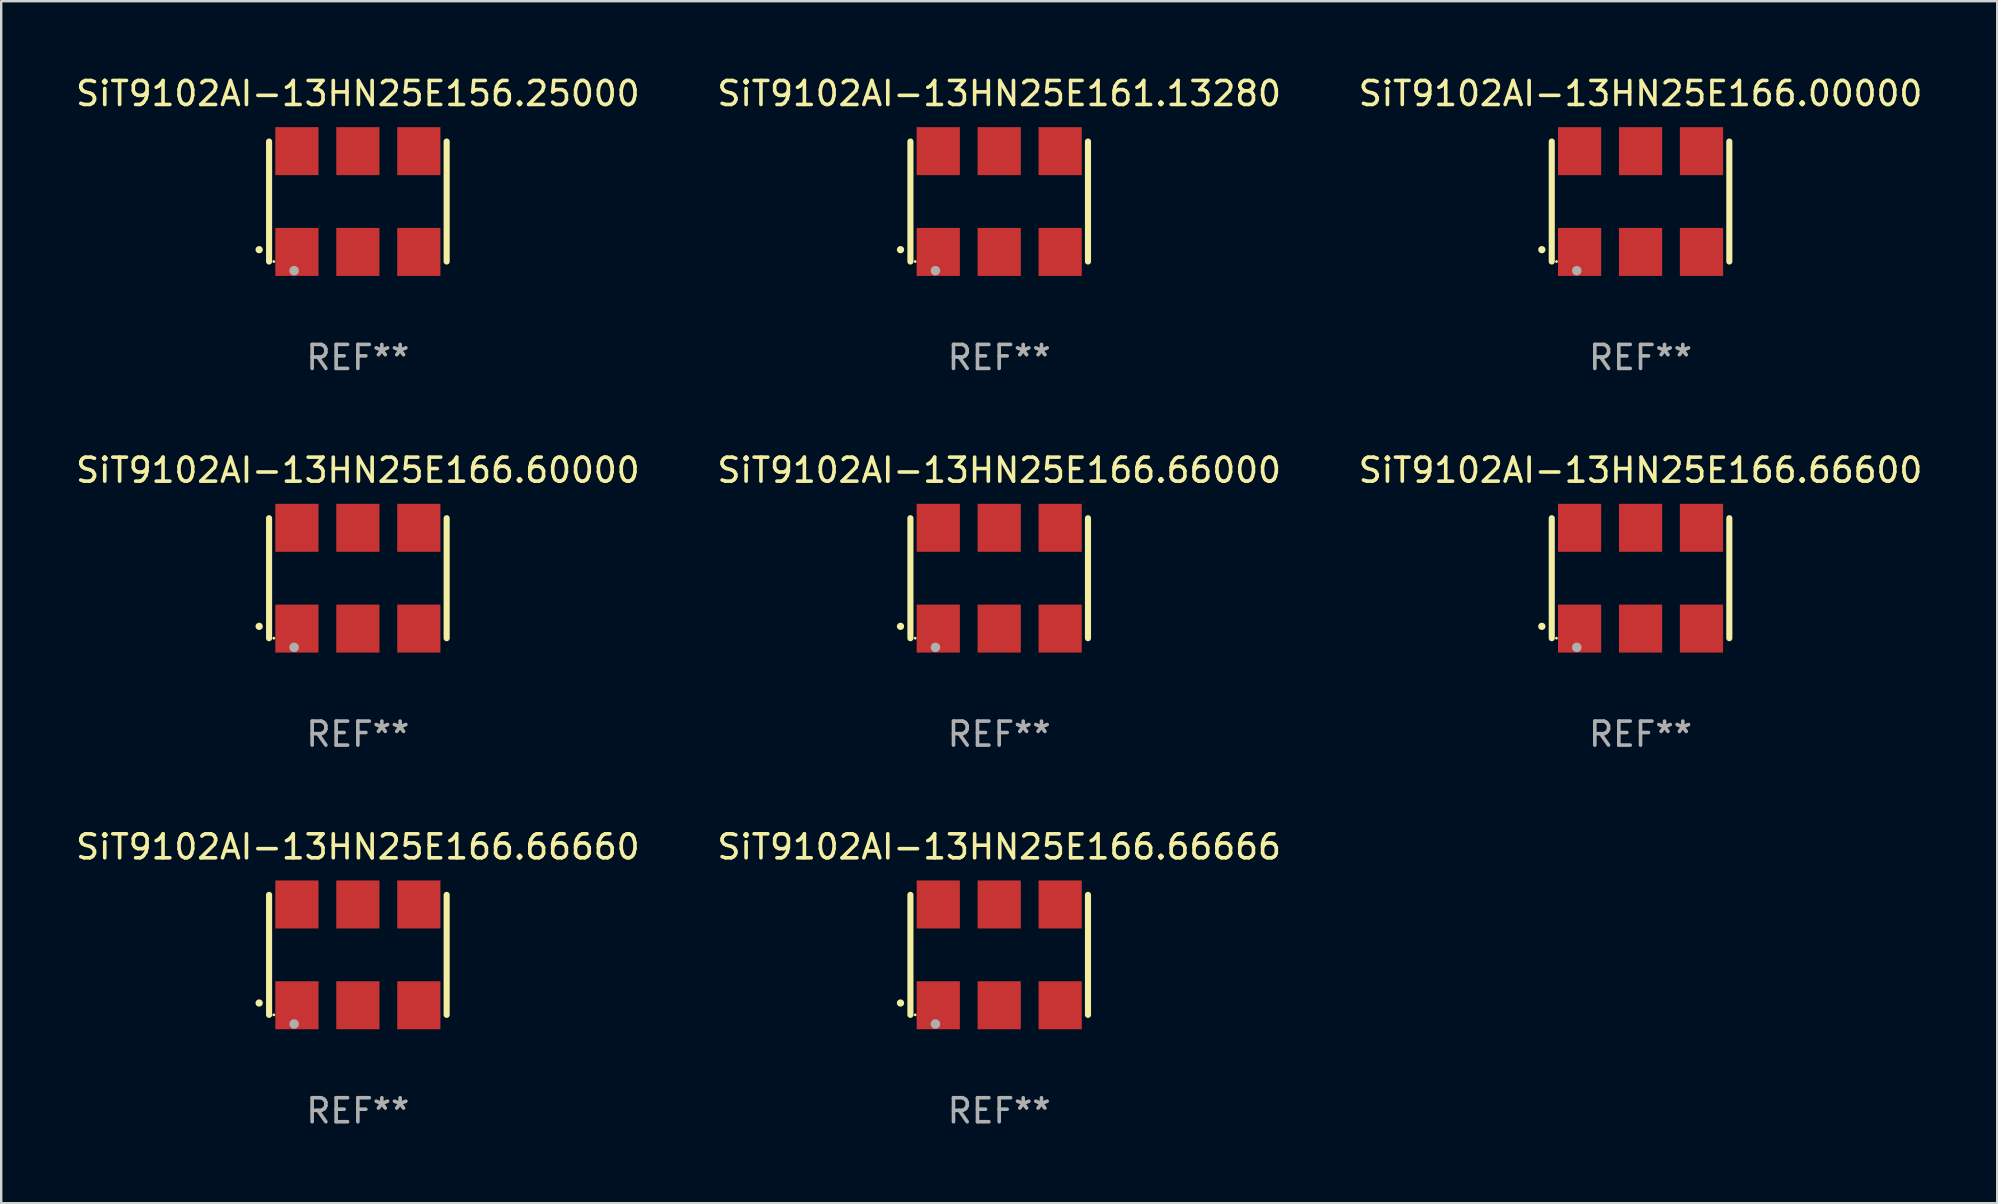
<source format=kicad_pcb>
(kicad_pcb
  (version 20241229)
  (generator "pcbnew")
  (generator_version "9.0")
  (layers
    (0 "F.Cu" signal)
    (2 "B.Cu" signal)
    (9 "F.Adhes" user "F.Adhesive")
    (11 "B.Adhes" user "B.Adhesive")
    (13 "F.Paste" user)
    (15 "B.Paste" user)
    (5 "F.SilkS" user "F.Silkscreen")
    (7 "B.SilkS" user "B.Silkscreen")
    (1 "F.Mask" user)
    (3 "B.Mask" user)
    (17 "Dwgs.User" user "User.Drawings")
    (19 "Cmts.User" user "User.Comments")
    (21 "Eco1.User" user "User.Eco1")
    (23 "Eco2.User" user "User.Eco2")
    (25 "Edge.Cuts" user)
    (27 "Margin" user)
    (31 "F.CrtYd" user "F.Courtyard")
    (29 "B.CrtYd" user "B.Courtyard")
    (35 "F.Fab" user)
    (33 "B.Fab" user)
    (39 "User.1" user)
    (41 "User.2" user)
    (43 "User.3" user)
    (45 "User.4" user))
  (footprint "SiT9102AI-13HN25E161.13280"
    (layer "F.Cu")
    (at 38.589 5.348)
    (property "Reference" "SiT9102AI-13HN25E161.13280" (at 0 -4.5 0) (layer "F.SilkS") (effects (font (size 1 1) (thickness 0.15))))
    (attr through_hole)
    (fp_line (start -3.7 -2.5) (end -3.7 2.5) (stroke (width 0.254) (type solid)) (layer "F.SilkS"))
    (fp_line (start 3.7 -2.5) (end 3.7 2.5) (stroke (width 0.254) (type solid)) (layer "F.SilkS"))
    (fp_arc (start -4.114415 2.006604) (mid -4.113145 2.006599) (end -4.111875 2.006604) (stroke (width 0.3) (type solid)) (layer "F.SilkS"))
    (fp_circle (center -3.502 2.5) (end -3.472 2.5) (stroke (width 0.06) (type solid)) (fill no) (layer "F.SilkS"))
    (fp_circle (center -2.657 2.882) (end -2.557 2.882) (stroke (width 0.2) (type solid)) (fill no) (layer "F.Fab"))
    (fp_text user "REF**" (at 0 6.5 0) (layer "F.Fab") (effects (font (size 1 1) (thickness 0.15))))
    (pad "1" smd rect (at -2.54 2.1) (size 1.8 2) (layers "F.Cu" "F.Mask" "F.Paste"))
    (pad "2" smd rect (at 0.000394 2.1) (size 1.8 2) (layers "F.Cu" "F.Mask" "F.Paste"))
    (pad "3" smd rect (at 2.54 2.1) (size 1.8 2) (layers "F.Cu" "F.Mask" "F.Paste"))
    (pad "4" smd rect (at 2.54 -2.1) (size 1.8 2) (layers "F.Cu" "F.Mask" "F.Paste"))
    (pad "5" smd rect (at 0.000394 -2.1) (size 1.8 2) (layers "F.Cu" "F.Mask" "F.Paste"))
    (pad "6" smd rect (at -2.54 -2.1) (size 1.8 2) (layers "F.Cu" "F.Mask" "F.Paste")))
  (footprint "SiT9102AI-13HN25E156.25000"
    (layer "F.Cu")
    (at 11.863 5.348)
    (property "Reference" "SiT9102AI-13HN25E156.25000" (at 0 -4.5 0) (layer "F.SilkS") (effects (font (size 1 1) (thickness 0.15))))
    (attr through_hole)
    (fp_line (start -3.7 -2.5) (end -3.7 2.5) (stroke (width 0.254) (type solid)) (layer "F.SilkS"))
    (fp_line (start 3.7 -2.5) (end 3.7 2.5) (stroke (width 0.254) (type solid)) (layer "F.SilkS"))
    (fp_arc (start -4.114415 2.006604) (mid -4.113145 2.006599) (end -4.111875 2.006604) (stroke (width 0.3) (type solid)) (layer "F.SilkS"))
    (fp_circle (center -3.502 2.5) (end -3.472 2.5) (stroke (width 0.06) (type solid)) (fill no) (layer "F.SilkS"))
    (fp_circle (center -2.657 2.882) (end -2.557 2.882) (stroke (width 0.2) (type solid)) (fill no) (layer "F.Fab"))
    (fp_text user "REF**" (at 0 6.5 0) (layer "F.Fab") (effects (font (size 1 1) (thickness 0.15))))
    (pad "1" smd rect (at -2.54 2.1) (size 1.8 2) (layers "F.Cu" "F.Mask" "F.Paste"))
    (pad "2" smd rect (at 0.000394 2.1) (size 1.8 2) (layers "F.Cu" "F.Mask" "F.Paste"))
    (pad "3" smd rect (at 2.54 2.1) (size 1.8 2) (layers "F.Cu" "F.Mask" "F.Paste"))
    (pad "4" smd rect (at 2.54 -2.1) (size 1.8 2) (layers "F.Cu" "F.Mask" "F.Paste"))
    (pad "5" smd rect (at 0.000394 -2.1) (size 1.8 2) (layers "F.Cu" "F.Mask" "F.Paste"))
    (pad "6" smd rect (at -2.54 -2.1) (size 1.8 2) (layers "F.Cu" "F.Mask" "F.Paste")))
  (footprint "SiT9102AI-13HN25E166.66660"
    (layer "F.Cu")
    (at 11.863 36.741)
    (property "Reference" "SiT9102AI-13HN25E166.66660" (at 0 -4.5 0) (layer "F.SilkS") (effects (font (size 1 1) (thickness 0.15))))
    (attr through_hole)
    (fp_line (start -3.7 -2.5) (end -3.7 2.5) (stroke (width 0.254) (type solid)) (layer "F.SilkS"))
    (fp_line (start 3.7 -2.5) (end 3.7 2.5) (stroke (width 0.254) (type solid)) (layer "F.SilkS"))
    (fp_arc (start -4.114415 2.006604) (mid -4.113145 2.006599) (end -4.111875 2.006604) (stroke (width 0.3) (type solid)) (layer "F.SilkS"))
    (fp_circle (center -3.502 2.5) (end -3.472 2.5) (stroke (width 0.06) (type solid)) (fill no) (layer "F.SilkS"))
    (fp_circle (center -2.657 2.882) (end -2.557 2.882) (stroke (width 0.2) (type solid)) (fill no) (layer "F.Fab"))
    (fp_text user "REF**" (at 0 6.5 0) (layer "F.Fab") (effects (font (size 1 1) (thickness 0.15))))
    (pad "1" smd rect (at -2.54 2.1) (size 1.8 2) (layers "F.Cu" "F.Mask" "F.Paste"))
    (pad "2" smd rect (at 0.000394 2.1) (size 1.8 2) (layers "F.Cu" "F.Mask" "F.Paste"))
    (pad "3" smd rect (at 2.54 2.1) (size 1.8 2) (layers "F.Cu" "F.Mask" "F.Paste"))
    (pad "4" smd rect (at 2.54 -2.1) (size 1.8 2) (layers "F.Cu" "F.Mask" "F.Paste"))
    (pad "5" smd rect (at 0.000394 -2.1) (size 1.8 2) (layers "F.Cu" "F.Mask" "F.Paste"))
    (pad "6" smd rect (at -2.54 -2.1) (size 1.8 2) (layers "F.Cu" "F.Mask" "F.Paste")))
  (footprint "SiT9102AI-13HN25E166.66600"
    (layer "F.Cu")
    (at 65.315 21.045)
    (property "Reference" "SiT9102AI-13HN25E166.66600" (at 0 -4.5 0) (layer "F.SilkS") (effects (font (size 1 1) (thickness 0.15))))
    (attr through_hole)
    (fp_line (start -3.7 -2.5) (end -3.7 2.5) (stroke (width 0.254) (type solid)) (layer "F.SilkS"))
    (fp_line (start 3.7 -2.5) (end 3.7 2.5) (stroke (width 0.254) (type solid)) (layer "F.SilkS"))
    (fp_arc (start -4.114415 2.006604) (mid -4.113145 2.006599) (end -4.111875 2.006604) (stroke (width 0.3) (type solid)) (layer "F.SilkS"))
    (fp_circle (center -3.502 2.5) (end -3.472 2.5) (stroke (width 0.06) (type solid)) (fill no) (layer "F.SilkS"))
    (fp_circle (center -2.657 2.882) (end -2.557 2.882) (stroke (width 0.2) (type solid)) (fill no) (layer "F.Fab"))
    (fp_text user "REF**" (at 0 6.5 0) (layer "F.Fab") (effects (font (size 1 1) (thickness 0.15))))
    (pad "1" smd rect (at -2.54 2.1) (size 1.8 2) (layers "F.Cu" "F.Mask" "F.Paste"))
    (pad "2" smd rect (at 0.000394 2.1) (size 1.8 2) (layers "F.Cu" "F.Mask" "F.Paste"))
    (pad "3" smd rect (at 2.54 2.1) (size 1.8 2) (layers "F.Cu" "F.Mask" "F.Paste"))
    (pad "4" smd rect (at 2.54 -2.1) (size 1.8 2) (layers "F.Cu" "F.Mask" "F.Paste"))
    (pad "5" smd rect (at 0.000394 -2.1) (size 1.8 2) (layers "F.Cu" "F.Mask" "F.Paste"))
    (pad "6" smd rect (at -2.54 -2.1) (size 1.8 2) (layers "F.Cu" "F.Mask" "F.Paste")))
  (footprint "SiT9102AI-13HN25E166.60000"
    (layer "F.Cu")
    (at 11.863 21.045)
    (property "Reference" "SiT9102AI-13HN25E166.60000" (at 0 -4.5 0) (layer "F.SilkS") (effects (font (size 1 1) (thickness 0.15))))
    (attr through_hole)
    (fp_line (start -3.7 -2.5) (end -3.7 2.5) (stroke (width 0.254) (type solid)) (layer "F.SilkS"))
    (fp_line (start 3.7 -2.5) (end 3.7 2.5) (stroke (width 0.254) (type solid)) (layer "F.SilkS"))
    (fp_arc (start -4.114415 2.006604) (mid -4.113145 2.006599) (end -4.111875 2.006604) (stroke (width 0.3) (type solid)) (layer "F.SilkS"))
    (fp_circle (center -3.502 2.5) (end -3.472 2.5) (stroke (width 0.06) (type solid)) (fill no) (layer "F.SilkS"))
    (fp_circle (center -2.657 2.882) (end -2.557 2.882) (stroke (width 0.2) (type solid)) (fill no) (layer "F.Fab"))
    (fp_text user "REF**" (at 0 6.5 0) (layer "F.Fab") (effects (font (size 1 1) (thickness 0.15))))
    (pad "1" smd rect (at -2.54 2.1) (size 1.8 2) (layers "F.Cu" "F.Mask" "F.Paste"))
    (pad "2" smd rect (at 0.000394 2.1) (size 1.8 2) (layers "F.Cu" "F.Mask" "F.Paste"))
    (pad "3" smd rect (at 2.54 2.1) (size 1.8 2) (layers "F.Cu" "F.Mask" "F.Paste"))
    (pad "4" smd rect (at 2.54 -2.1) (size 1.8 2) (layers "F.Cu" "F.Mask" "F.Paste"))
    (pad "5" smd rect (at 0.000394 -2.1) (size 1.8 2) (layers "F.Cu" "F.Mask" "F.Paste"))
    (pad "6" smd rect (at -2.54 -2.1) (size 1.8 2) (layers "F.Cu" "F.Mask" "F.Paste")))
  (footprint "SiT9102AI-13HN25E166.00000"
    (layer "F.Cu")
    (at 65.315 5.348)
    (property "Reference" "SiT9102AI-13HN25E166.00000" (at 0 -4.5 0) (layer "F.SilkS") (effects (font (size 1 1) (thickness 0.15))))
    (attr through_hole)
    (fp_line (start -3.7 -2.5) (end -3.7 2.5) (stroke (width 0.254) (type solid)) (layer "F.SilkS"))
    (fp_line (start 3.7 -2.5) (end 3.7 2.5) (stroke (width 0.254) (type solid)) (layer "F.SilkS"))
    (fp_arc (start -4.114415 2.006604) (mid -4.113145 2.006599) (end -4.111875 2.006604) (stroke (width 0.3) (type solid)) (layer "F.SilkS"))
    (fp_circle (center -3.502 2.5) (end -3.472 2.5) (stroke (width 0.06) (type solid)) (fill no) (layer "F.SilkS"))
    (fp_circle (center -2.657 2.882) (end -2.557 2.882) (stroke (width 0.2) (type solid)) (fill no) (layer "F.Fab"))
    (fp_text user "REF**" (at 0 6.5 0) (layer "F.Fab") (effects (font (size 1 1) (thickness 0.15))))
    (pad "1" smd rect (at -2.54 2.1) (size 1.8 2) (layers "F.Cu" "F.Mask" "F.Paste"))
    (pad "2" smd rect (at 0.000394 2.1) (size 1.8 2) (layers "F.Cu" "F.Mask" "F.Paste"))
    (pad "3" smd rect (at 2.54 2.1) (size 1.8 2) (layers "F.Cu" "F.Mask" "F.Paste"))
    (pad "4" smd rect (at 2.54 -2.1) (size 1.8 2) (layers "F.Cu" "F.Mask" "F.Paste"))
    (pad "5" smd rect (at 0.000394 -2.1) (size 1.8 2) (layers "F.Cu" "F.Mask" "F.Paste"))
    (pad "6" smd rect (at -2.54 -2.1) (size 1.8 2) (layers "F.Cu" "F.Mask" "F.Paste")))
  (footprint "SiT9102AI-13HN25E166.66000"
    (layer "F.Cu")
    (at 38.589 21.045)
    (property "Reference" "SiT9102AI-13HN25E166.66000" (at 0 -4.5 0) (layer "F.SilkS") (effects (font (size 1 1) (thickness 0.15))))
    (attr through_hole)
    (fp_line (start -3.7 -2.5) (end -3.7 2.5) (stroke (width 0.254) (type solid)) (layer "F.SilkS"))
    (fp_line (start 3.7 -2.5) (end 3.7 2.5) (stroke (width 0.254) (type solid)) (layer "F.SilkS"))
    (fp_arc (start -4.114415 2.006604) (mid -4.113145 2.006599) (end -4.111875 2.006604) (stroke (width 0.3) (type solid)) (layer "F.SilkS"))
    (fp_circle (center -3.502 2.5) (end -3.472 2.5) (stroke (width 0.06) (type solid)) (fill no) (layer "F.SilkS"))
    (fp_circle (center -2.657 2.882) (end -2.557 2.882) (stroke (width 0.2) (type solid)) (fill no) (layer "F.Fab"))
    (fp_text user "REF**" (at 0 6.5 0) (layer "F.Fab") (effects (font (size 1 1) (thickness 0.15))))
    (pad "1" smd rect (at -2.54 2.1) (size 1.8 2) (layers "F.Cu" "F.Mask" "F.Paste"))
    (pad "2" smd rect (at 0.000394 2.1) (size 1.8 2) (layers "F.Cu" "F.Mask" "F.Paste"))
    (pad "3" smd rect (at 2.54 2.1) (size 1.8 2) (layers "F.Cu" "F.Mask" "F.Paste"))
    (pad "4" smd rect (at 2.54 -2.1) (size 1.8 2) (layers "F.Cu" "F.Mask" "F.Paste"))
    (pad "5" smd rect (at 0.000394 -2.1) (size 1.8 2) (layers "F.Cu" "F.Mask" "F.Paste"))
    (pad "6" smd rect (at -2.54 -2.1) (size 1.8 2) (layers "F.Cu" "F.Mask" "F.Paste")))
  (footprint "SiT9102AI-13HN25E166.66666"
    (layer "F.Cu")
    (at 38.589 36.741)
    (property "Reference" "SiT9102AI-13HN25E166.66666" (at 0 -4.5 0) (layer "F.SilkS") (effects (font (size 1 1) (thickness 0.15))))
    (attr through_hole)
    (fp_line (start -3.7 -2.5) (end -3.7 2.5) (stroke (width 0.254) (type solid)) (layer "F.SilkS"))
    (fp_line (start 3.7 -2.5) (end 3.7 2.5) (stroke (width 0.254) (type solid)) (layer "F.SilkS"))
    (fp_arc (start -4.114415 2.006604) (mid -4.113145 2.006599) (end -4.111875 2.006604) (stroke (width 0.3) (type solid)) (layer "F.SilkS"))
    (fp_circle (center -3.502 2.5) (end -3.472 2.5) (stroke (width 0.06) (type solid)) (fill no) (layer "F.SilkS"))
    (fp_circle (center -2.657 2.882) (end -2.557 2.882) (stroke (width 0.2) (type solid)) (fill no) (layer "F.Fab"))
    (fp_text user "REF**" (at 0 6.5 0) (layer "F.Fab") (effects (font (size 1 1) (thickness 0.15))))
    (pad "1" smd rect (at -2.54 2.1) (size 1.8 2) (layers "F.Cu" "F.Mask" "F.Paste"))
    (pad "2" smd rect (at 0.000394 2.1) (size 1.8 2) (layers "F.Cu" "F.Mask" "F.Paste"))
    (pad "3" smd rect (at 2.54 2.1) (size 1.8 2) (layers "F.Cu" "F.Mask" "F.Paste"))
    (pad "4" smd rect (at 2.54 -2.1) (size 1.8 2) (layers "F.Cu" "F.Mask" "F.Paste"))
    (pad "5" smd rect (at 0.000394 -2.1) (size 1.8 2) (layers "F.Cu" "F.Mask" "F.Paste"))
    (pad "6" smd rect (at -2.54 -2.1) (size 1.8 2) (layers "F.Cu" "F.Mask" "F.Paste")))
  (gr_rect
    (start -3 -3)
    (end 80.179 47.09)
    (stroke (width 0.1) (type default))
    (fill no)
    (layer "Edge.Cuts")))
</source>
